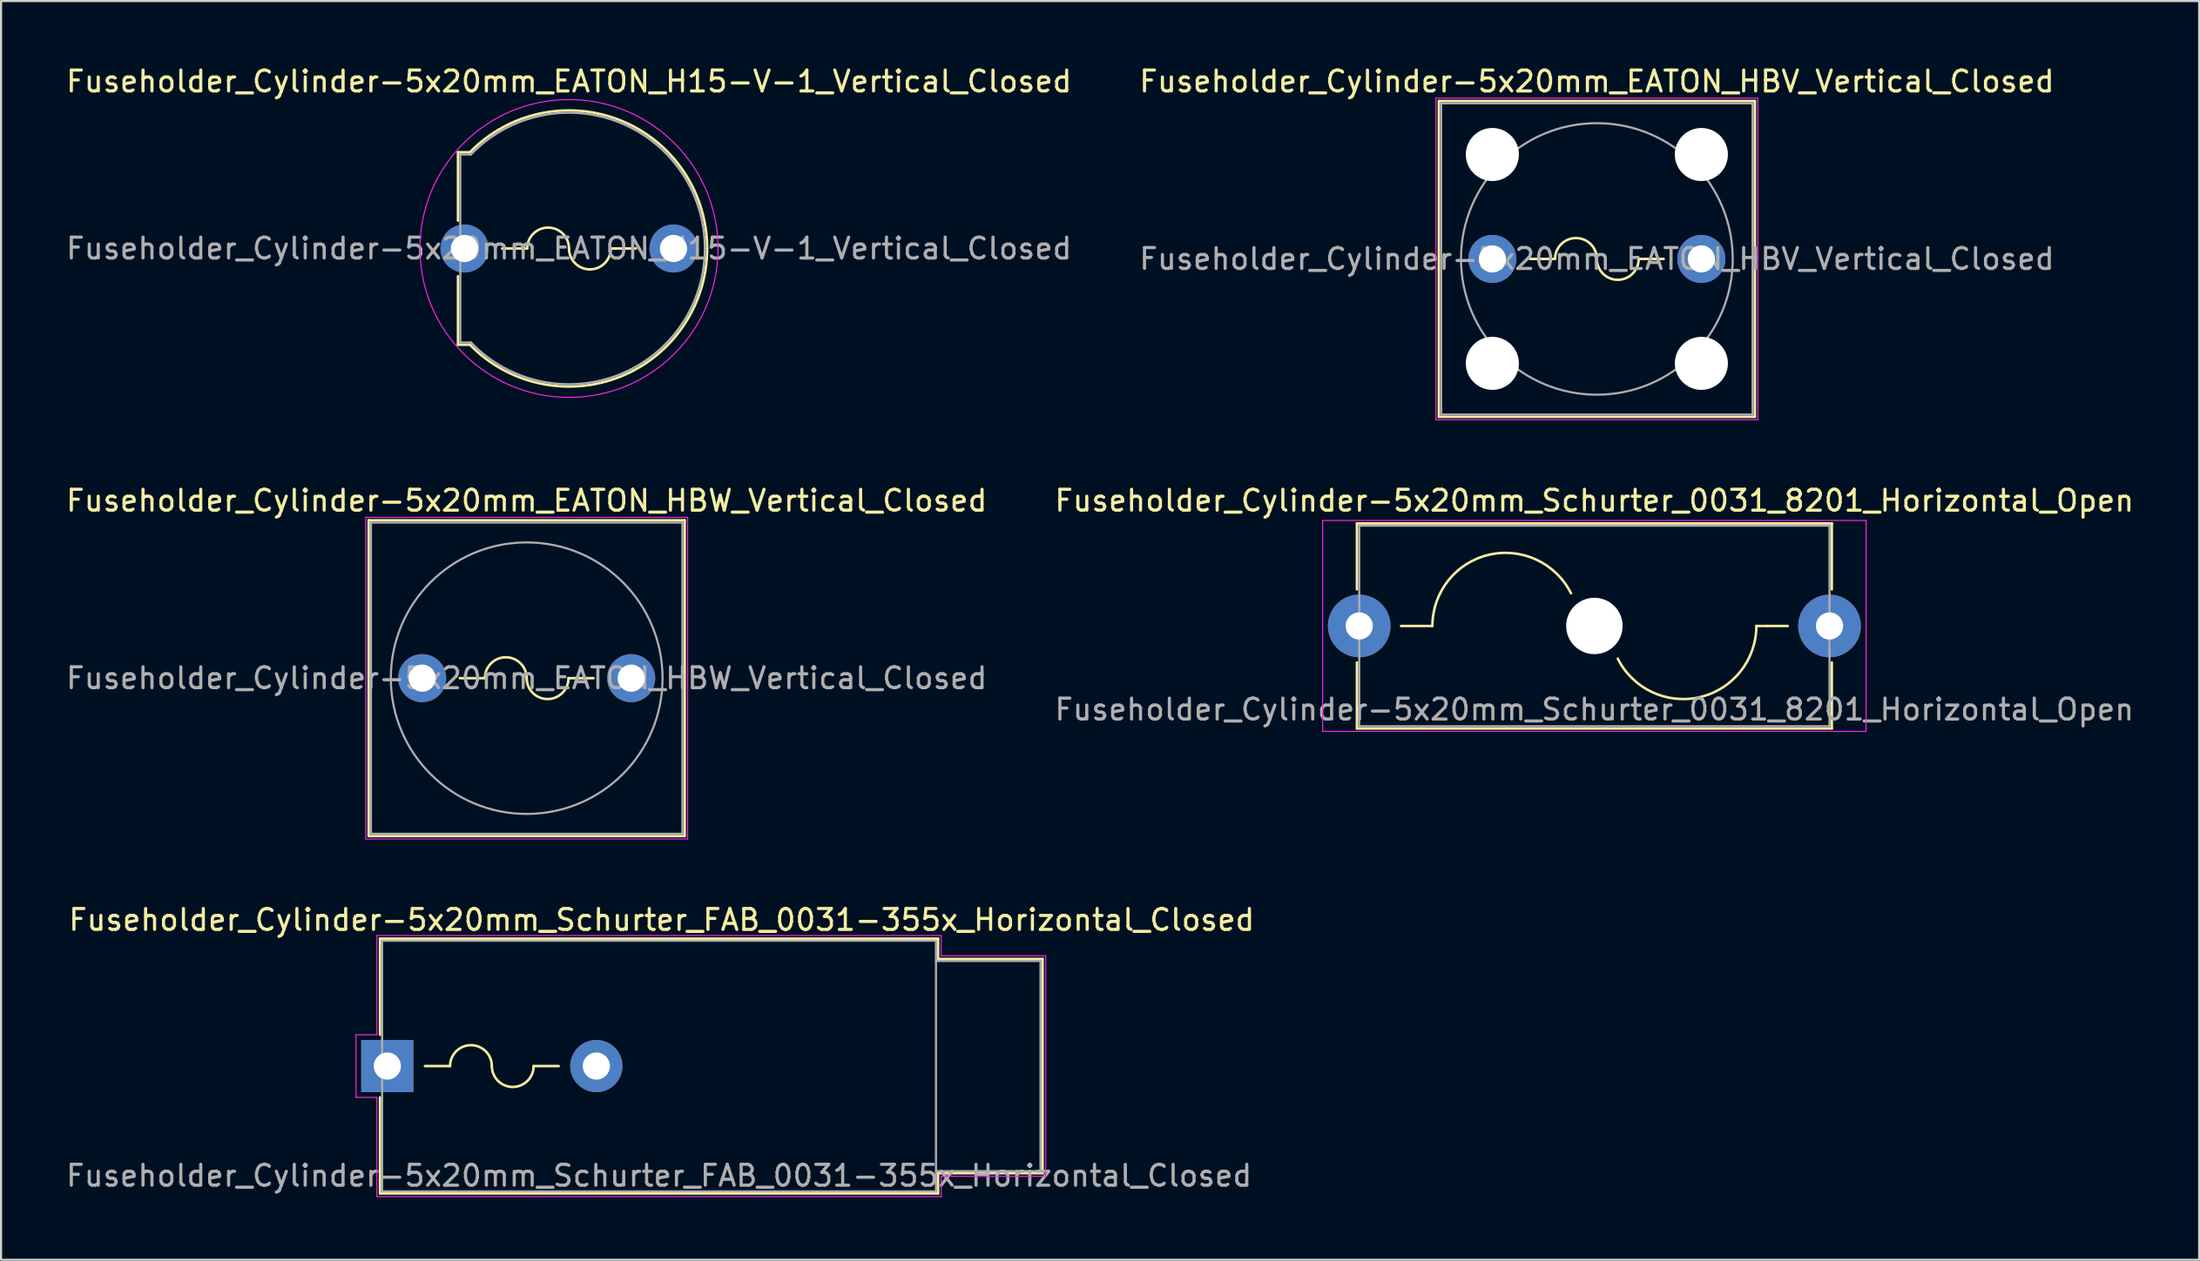
<source format=kicad_pcb>
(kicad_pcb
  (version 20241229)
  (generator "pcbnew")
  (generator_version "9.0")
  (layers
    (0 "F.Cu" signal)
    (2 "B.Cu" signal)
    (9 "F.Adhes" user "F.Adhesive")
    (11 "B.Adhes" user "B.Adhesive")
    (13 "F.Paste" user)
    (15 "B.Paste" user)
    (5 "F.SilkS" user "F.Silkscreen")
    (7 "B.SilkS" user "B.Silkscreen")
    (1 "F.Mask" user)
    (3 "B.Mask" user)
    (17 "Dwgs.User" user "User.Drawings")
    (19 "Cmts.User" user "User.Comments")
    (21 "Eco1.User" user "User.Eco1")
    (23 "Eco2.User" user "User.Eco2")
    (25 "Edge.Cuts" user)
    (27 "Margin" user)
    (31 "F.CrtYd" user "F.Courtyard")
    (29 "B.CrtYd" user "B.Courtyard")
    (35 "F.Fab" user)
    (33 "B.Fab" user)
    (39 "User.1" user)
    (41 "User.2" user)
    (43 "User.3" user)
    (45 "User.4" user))
  (footprint "Fuseholder_Cylinder-5x20mm_EATON_HBV_Vertical_Closed"
    (layer "F.Cu")
    (at 68.351 9.348)
    (property "Reference" "Fuseholder_Cylinder-5x20mm_EATON_HBV_Vertical_Closed" (at 5 -8.5 0) (layer "F.SilkS") (effects (font (size 1 1) (thickness 0.15))))
    (fp_line (start -2.56 -7.56) (end 12.56 -7.56) (stroke (width 0.12) (type solid)) (layer "F.SilkS"))
    (fp_line (start -2.56 7.56) (end -2.56 -7.56) (stroke (width 0.12) (type solid)) (layer "F.SilkS"))
    (fp_line (start 3 0) (end 1.8 0) (stroke (width 0.12) (type solid)) (layer "F.SilkS"))
    (fp_line (start 8.2 0) (end 7 0) (stroke (width 0.12) (type solid)) (layer "F.SilkS"))
    (fp_line (start 12.56 -7.56) (end 12.56 7.56) (stroke (width 0.12) (type solid)) (layer "F.SilkS"))
    (fp_line (start 12.56 7.56) (end -2.56 7.56) (stroke (width 0.12) (type solid)) (layer "F.SilkS"))
    (fp_arc (start 3 0) (mid 4 -1) (end 5 0) (stroke (width 0.12) (type solid)) (layer "F.SilkS"))
    (fp_arc (start 7 0) (mid 6 1) (end 5 0) (stroke (width 0.12) (type solid)) (layer "F.SilkS"))
    (fp_line (start -2.7 -7.7) (end 12.7 -7.7) (stroke (width 0.05) (type solid)) (layer "F.CrtYd"))
    (fp_line (start -2.7 7.7) (end -2.7 -7.7) (stroke (width 0.05) (type solid)) (layer "F.CrtYd"))
    (fp_line (start 12.7 -7.7) (end 12.7 7.7) (stroke (width 0.05) (type solid)) (layer "F.CrtYd"))
    (fp_line (start 12.7 7.7) (end -2.7 7.7) (stroke (width 0.05) (type solid)) (layer "F.CrtYd"))
    (fp_line (start -2.45 -7.45) (end 12.45 -7.45) (stroke (width 0.1) (type solid)) (layer "F.Fab"))
    (fp_line (start -2.45 7.45) (end -2.45 -7.45) (stroke (width 0.1) (type solid)) (layer "F.Fab"))
    (fp_line (start 12.45 -7.45) (end 12.45 7.45) (stroke (width 0.1) (type solid)) (layer "F.Fab"))
    (fp_line (start 12.45 7.45) (end -2.45 7.45) (stroke (width 0.1) (type solid)) (layer "F.Fab"))
    (fp_circle (center 5 0) (end 11.5 0) (stroke (width 0.1) (type solid)) (fill no) (layer "F.Fab"))
    (fp_text user "${REFERENCE}" (at 5 0 0) (layer "F.Fab") (effects (font (size 1 1) (thickness 0.15))))
    (pad "" np_thru_hole circle (at 0 -5) (size 2.54 2.54) (drill 2.54) (layers "*.Cu" "*.Mask"))
    (pad "" np_thru_hole circle (at 0 5) (size 2.54 2.54) (drill 2.54) (layers "*.Cu" "*.Mask"))
    (pad "" np_thru_hole circle (at 10 -5) (size 2.54 2.54) (drill 2.54) (layers "*.Cu" "*.Mask"))
    (pad "" np_thru_hole circle (at 10 5) (size 2.54 2.54) (drill 2.54) (layers "*.Cu" "*.Mask"))
    (pad "1" thru_hole circle (at 0 0) (size 2.3 2.3) (drill 1.3) (layers "*.Cu" "*.Mask"))
    (pad "2" thru_hole circle (at 10 0) (size 2.3 2.3) (drill 1.3) (layers "*.Cu" "*.Mask")))
  (footprint "Fuseholder_Cylinder-5x20mm_Schurter_FAB_0031-355x_Horizontal_Closed"
    (layer "F.Cu")
    (at 15.482 47.995)
    (property "Reference" "Fuseholder_Cylinder-5x20mm_Schurter_FAB_0031-355x_Horizontal_Closed" (at 13.125 -7 0) (layer "F.SilkS") (effects (font (size 1 1) (thickness 0.15))))
    (fp_line (start -0.35 -6.1) (end -0.35 -1.5) (stroke (width 0.12) (type solid)) (layer "F.SilkS"))
    (fp_line (start -0.35 1.5) (end -0.35 6.1) (stroke (width 0.12) (type solid)) (layer "F.SilkS"))
    (fp_line (start -0.35 6.1) (end 26.35 6.1) (stroke (width 0.12) (type solid)) (layer "F.SilkS"))
    (fp_line (start 3 0) (end 1.8 0) (stroke (width 0.12) (type solid)) (layer "F.SilkS"))
    (fp_line (start 8.2 0) (end 7 0) (stroke (width 0.12) (type solid)) (layer "F.SilkS"))
    (fp_line (start 26.35 -6.1) (end -0.35 -6.1) (stroke (width 0.12) (type solid)) (layer "F.SilkS"))
    (fp_line (start 26.35 -5.13) (end 26.35 -6.1) (stroke (width 0.12) (type solid)) (layer "F.SilkS"))
    (fp_line (start 26.35 -5.13) (end 31.35 -5.13) (stroke (width 0.12) (type solid)) (layer "F.SilkS"))
    (fp_line (start 26.35 5.13) (end 26.35 6.1) (stroke (width 0.12) (type solid)) (layer "F.SilkS"))
    (fp_line (start 31.35 -5.13) (end 31.35 5.13) (stroke (width 0.12) (type solid)) (layer "F.SilkS"))
    (fp_line (start 31.35 5.13) (end 26.35 5.13) (stroke (width 0.12) (type solid)) (layer "F.SilkS"))
    (fp_arc (start 3 0) (mid 4 -1) (end 5 0) (stroke (width 0.12) (type solid)) (layer "F.SilkS"))
    (fp_arc (start 7 0) (mid 6 1) (end 5 0) (stroke (width 0.12) (type solid)) (layer "F.SilkS"))
    (fp_line (start -1.5 -1.5) (end -1.5 1.5) (stroke (width 0.05) (type solid)) (layer "F.CrtYd"))
    (fp_line (start -1.5 1.5) (end -0.5 1.5) (stroke (width 0.05) (type solid)) (layer "F.CrtYd"))
    (fp_line (start -0.5 -6.25) (end -0.5 -1.5) (stroke (width 0.05) (type solid)) (layer "F.CrtYd"))
    (fp_line (start -0.5 -6.25) (end 26.5 -6.25) (stroke (width 0.05) (type solid)) (layer "F.CrtYd"))
    (fp_line (start -0.5 -1.5) (end -1.5 -1.5) (stroke (width 0.05) (type solid)) (layer "F.CrtYd"))
    (fp_line (start -0.5 1.5) (end -0.5 6.25) (stroke (width 0.05) (type solid)) (layer "F.CrtYd"))
    (fp_line (start 26.5 -6.25) (end 26.5 -5.28) (stroke (width 0.05) (type solid)) (layer "F.CrtYd"))
    (fp_line (start 26.5 5.28) (end 26.5 6.25) (stroke (width 0.05) (type solid)) (layer "F.CrtYd"))
    (fp_line (start 26.5 5.28) (end 31.5 5.28) (stroke (width 0.05) (type solid)) (layer "F.CrtYd"))
    (fp_line (start 26.5 6.25) (end -0.5 6.25) (stroke (width 0.05) (type solid)) (layer "F.CrtYd"))
    (fp_line (start 31.5 -5.28) (end 26.5 -5.28) (stroke (width 0.05) (type solid)) (layer "F.CrtYd"))
    (fp_line (start 31.5 5.28) (end 31.5 -5.28) (stroke (width 0.05) (type solid)) (layer "F.CrtYd"))
    (fp_line (start -0.25 -6) (end 26.25 -6) (stroke (width 0.1) (type solid)) (layer "F.Fab"))
    (fp_line (start -0.25 6) (end -0.25 -6) (stroke (width 0.1) (type solid)) (layer "F.Fab"))
    (fp_line (start 26.25 -6) (end 26.25 6) (stroke (width 0.1) (type solid)) (layer "F.Fab"))
    (fp_line (start 26.25 -5.03) (end 31.25 -5.03) (stroke (width 0.1) (type solid)) (layer "F.Fab"))
    (fp_line (start 26.25 6) (end -0.25 6) (stroke (width 0.1) (type solid)) (layer "F.Fab"))
    (fp_line (start 31.25 -5.03) (end 31.25 5.03) (stroke (width 0.1) (type solid)) (layer "F.Fab"))
    (fp_line (start 31.25 5.03) (end 26.25 5.03) (stroke (width 0.1) (type solid)) (layer "F.Fab"))
    (fp_text user "${REFERENCE}" (at 13 5.25 0) (layer "F.Fab") (effects (font (size 1 1) (thickness 0.15))))
    (pad "1" thru_hole rect (at 0 0) (size 2.5 2.5) (drill 1.3) (layers "*.Cu" "*.Mask"))
    (pad "2" thru_hole circle (at 10 0) (size 2.5 2.5) (drill 1.3) (layers "*.Cu" "*.Mask")))
  (footprint "Fuseholder_Cylinder-5x20mm_EATON_HBW_Vertical_Closed"
    (layer "F.Cu")
    (at 17.149 29.422)
    (property "Reference" "Fuseholder_Cylinder-5x20mm_EATON_HBW_Vertical_Closed" (at 5 -8.5 0) (layer "F.SilkS") (effects (font (size 1 1) (thickness 0.15))))
    (fp_line (start -2.56 -7.56) (end 12.56 -7.56) (stroke (width 0.12) (type solid)) (layer "F.SilkS"))
    (fp_line (start -2.56 7.56) (end -2.56 -7.56) (stroke (width 0.12) (type solid)) (layer "F.SilkS"))
    (fp_line (start 3 0) (end 1.8 0) (stroke (width 0.12) (type solid)) (layer "F.SilkS"))
    (fp_line (start 8.2 0) (end 7 0) (stroke (width 0.12) (type solid)) (layer "F.SilkS"))
    (fp_line (start 12.56 -7.56) (end 12.56 7.56) (stroke (width 0.12) (type solid)) (layer "F.SilkS"))
    (fp_line (start 12.56 7.56) (end -2.56 7.56) (stroke (width 0.12) (type solid)) (layer "F.SilkS"))
    (fp_arc (start 3 0) (mid 4 -1) (end 5 0) (stroke (width 0.12) (type solid)) (layer "F.SilkS"))
    (fp_arc (start 7 0) (mid 6 1) (end 5 0) (stroke (width 0.12) (type solid)) (layer "F.SilkS"))
    (fp_line (start -2.7 -7.7) (end 12.7 -7.7) (stroke (width 0.05) (type solid)) (layer "F.CrtYd"))
    (fp_line (start -2.7 7.7) (end -2.7 -7.7) (stroke (width 0.05) (type solid)) (layer "F.CrtYd"))
    (fp_line (start 12.7 -7.7) (end 12.7 7.7) (stroke (width 0.05) (type solid)) (layer "F.CrtYd"))
    (fp_line (start 12.7 7.7) (end -2.7 7.7) (stroke (width 0.05) (type solid)) (layer "F.CrtYd"))
    (fp_line (start -2.45 -7.45) (end 12.45 -7.45) (stroke (width 0.1) (type solid)) (layer "F.Fab"))
    (fp_line (start -2.45 7.45) (end -2.45 -7.45) (stroke (width 0.1) (type solid)) (layer "F.Fab"))
    (fp_line (start 12.45 -7.45) (end 12.45 7.45) (stroke (width 0.1) (type solid)) (layer "F.Fab"))
    (fp_line (start 12.45 7.45) (end -2.45 7.45) (stroke (width 0.1) (type solid)) (layer "F.Fab"))
    (fp_circle (center 5 0) (end 11.5 0) (stroke (width 0.1) (type solid)) (fill no) (layer "F.Fab"))
    (fp_text user "${REFERENCE}" (at 5 0 0) (layer "F.Fab") (effects (font (size 1 1) (thickness 0.15))))
    (pad "1" thru_hole circle (at 0 0) (size 2.3 2.3) (drill 1.3) (layers "*.Cu" "*.Mask"))
    (pad "2" thru_hole circle (at 10 0) (size 2.3 2.3) (drill 1.3) (layers "*.Cu" "*.Mask")))
  (footprint "Fuseholder_Cylinder-5x20mm_Schurter_0031_8201_Horizontal_Open"
    (layer "F.Cu")
    (at 61.982 26.922)
    (property "Reference" "Fuseholder_Cylinder-5x20mm_Schurter_0031_8201_Horizontal_Open" (at 11.25 -6 0) (layer "F.SilkS") (effects (font (size 1 1) (thickness 0.15))))
    (fp_line (start -0.11 -4.91) (end 22.61 -4.91) (stroke (width 0.12) (type solid)) (layer "F.SilkS"))
    (fp_line (start -0.11 -1.75) (end -0.11 -4.91) (stroke (width 0.12) (type solid)) (layer "F.SilkS"))
    (fp_line (start -0.11 4.91) (end -0.11 1.75) (stroke (width 0.12) (type solid)) (layer "F.SilkS"))
    (fp_line (start -0.11 4.91) (end 22.61 4.91) (stroke (width 0.12) (type solid)) (layer "F.SilkS"))
    (fp_line (start 2 0) (end 3.5 0) (stroke (width 0.12) (type solid)) (layer "F.SilkS"))
    (fp_line (start 19.5 0) (end 19 0) (stroke (width 0.12) (type solid)) (layer "F.SilkS"))
    (fp_line (start 20.5 0) (end 19.5 0) (stroke (width 0.12) (type solid)) (layer "F.SilkS"))
    (fp_line (start 22.61 -1.75) (end 22.61 -4.91) (stroke (width 0.12) (type solid)) (layer "F.SilkS"))
    (fp_line (start 22.61 4.91) (end 22.61 1.75) (stroke (width 0.12) (type solid)) (layer "F.SilkS"))
    (fp_arc (start 3.5 0) (mid 6.195865 -3.40637) (end 10.130495 -1.565248) (stroke (width 0.12) (type solid)) (layer "F.SilkS"))
    (fp_arc (start 19 0) (mid 16.304135 3.40637) (end 12.369505 1.565248) (stroke (width 0.12) (type solid)) (layer "F.SilkS"))
    (fp_line (start -1.75 -5.05) (end 24.25 -5.05) (stroke (width 0.05) (type solid)) (layer "F.CrtYd"))
    (fp_line (start -1.75 5.05) (end -1.75 -5.05) (stroke (width 0.05) (type solid)) (layer "F.CrtYd"))
    (fp_line (start 24.25 -5.05) (end 24.25 5.05) (stroke (width 0.05) (type solid)) (layer "F.CrtYd"))
    (fp_line (start 24.25 5.05) (end -1.75 5.05) (stroke (width 0.05) (type solid)) (layer "F.CrtYd"))
    (fp_line (start 0 -4.8) (end 0 4.8) (stroke (width 0.1) (type solid)) (layer "F.Fab"))
    (fp_line (start 0 4.8) (end 22.5 4.8) (stroke (width 0.1) (type solid)) (layer "F.Fab"))
    (fp_line (start 22.5 -4.8) (end 0 -4.8) (stroke (width 0.1) (type solid)) (layer "F.Fab"))
    (fp_line (start 22.5 4.8) (end 22.5 -4.8) (stroke (width 0.1) (type solid)) (layer "F.Fab"))
    (fp_text user "${REFERENCE}" (at 11.25 4 0) (layer "F.Fab") (effects (font (size 1 1) (thickness 0.15))))
    (pad "" np_thru_hole circle (at 11.25 0) (size 2.7 2.7) (drill 2.7) (layers "*.Cu" "*.Mask"))
    (pad "1" thru_hole circle (at 0 0) (size 3 3) (drill 1.3) (layers "*.Cu" "*.Mask"))
    (pad "2" thru_hole circle (at 22.5 0) (size 3 3) (drill 1.3) (layers "*.Cu" "*.Mask")))
  (footprint "Fuseholder_Cylinder-5x20mm_EATON_H15-V-1_Vertical_Closed"
    (layer "F.Cu")
    (at 19.173 8.848)
    (property "Reference" "Fuseholder_Cylinder-5x20mm_EATON_H15-V-1_Vertical_Closed" (at 5 -8 0) (layer "F.SilkS") (effects (font (size 1 1) (thickness 0.15))))
    (fp_line (start -0.31 -4.61) (end -0.31 -1.33) (stroke (width 0.12) (type solid)) (layer "F.SilkS"))
    (fp_line (start -0.31 1.33) (end -0.31 4.61) (stroke (width 0.12) (type solid)) (layer "F.SilkS"))
    (fp_line (start 0.26 -4.61) (end -0.31 -4.61) (stroke (width 0.12) (type solid)) (layer "F.SilkS"))
    (fp_line (start 0.26 4.61) (end -0.31 4.61) (stroke (width 0.12) (type solid)) (layer "F.SilkS"))
    (fp_line (start 3 0) (end 1.8 0) (stroke (width 0.12) (type solid)) (layer "F.SilkS"))
    (fp_line (start 8.2 0) (end 7 0) (stroke (width 0.12) (type solid)) (layer "F.SilkS"))
    (fp_arc (start 0.261221 -4.608261) (mid 7.486842 -6.124354) (end 11.61 0) (stroke (width 0.12) (type solid)) (layer "F.SilkS"))
    (fp_arc (start 3 0) (mid 4 -1) (end 5 0) (stroke (width 0.12) (type solid)) (layer "F.SilkS"))
    (fp_arc (start 7 0) (mid 6 1) (end 5 0) (stroke (width 0.12) (type solid)) (layer "F.SilkS"))
    (fp_arc (start 11.61 0) (mid 7.486842 6.124354) (end 0.261221 4.608261) (stroke (width 0.12) (type solid)) (layer "F.SilkS"))
    (fp_circle (center 5 0) (end 12.13 0) (stroke (width 0.05) (type solid)) (fill no) (layer "F.CrtYd"))
    (fp_line (start -0.2 -4.5) (end -0.2 4.5) (stroke (width 0.1) (type solid)) (layer "F.Fab"))
    (fp_line (start 0.3 -4.5) (end -0.2 -4.5) (stroke (width 0.1) (type solid)) (layer "F.Fab"))
    (fp_line (start 0.3 4.5) (end -0.2 4.5) (stroke (width 0.1) (type solid)) (layer "F.Fab"))
    (fp_arc (start 0.308559 -4.498931) (mid 7.424421 -6.030935) (end 11.5 0) (stroke (width 0.1) (type solid)) (layer "F.Fab"))
    (fp_arc (start 11.5 0) (mid 7.424421 6.030936) (end 0.308559 4.498931) (stroke (width 0.1) (type solid)) (layer "F.Fab"))
    (fp_text user "${REFERENCE}" (at 5 0 0) (layer "F.Fab") (effects (font (size 1 1) (thickness 0.15))))
    (pad "1" thru_hole circle (at 0 0) (size 2.3 2.3) (drill 1.3) (layers "*.Cu" "*.Mask"))
    (pad "2" thru_hole circle (at 10 0) (size 2.3 2.3) (drill 1.3) (layers "*.Cu" "*.Mask")))
  (gr_rect
    (start -3 -3)
    (end 102.167 57.27)
    (stroke (width 0.1) (type default))
    (fill no)
    (layer "Edge.Cuts")))
</source>
